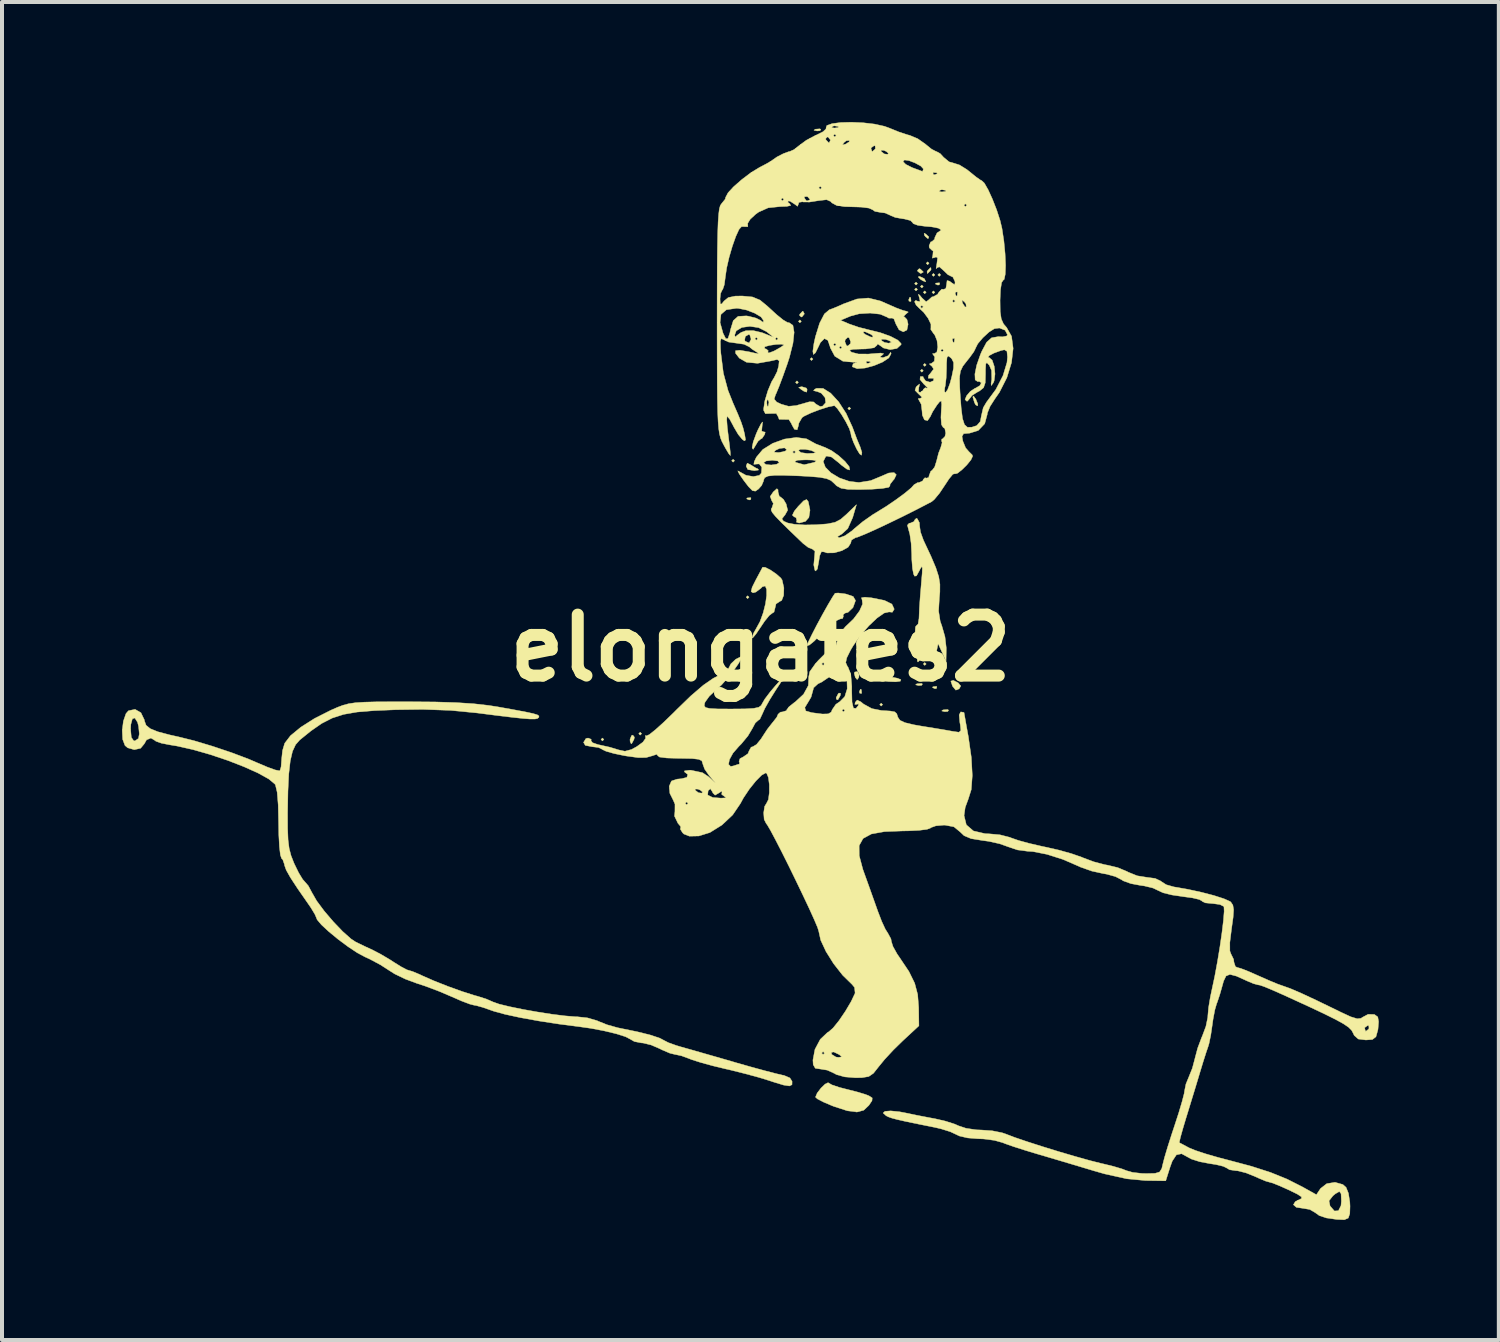
<source format=kicad_pcb>
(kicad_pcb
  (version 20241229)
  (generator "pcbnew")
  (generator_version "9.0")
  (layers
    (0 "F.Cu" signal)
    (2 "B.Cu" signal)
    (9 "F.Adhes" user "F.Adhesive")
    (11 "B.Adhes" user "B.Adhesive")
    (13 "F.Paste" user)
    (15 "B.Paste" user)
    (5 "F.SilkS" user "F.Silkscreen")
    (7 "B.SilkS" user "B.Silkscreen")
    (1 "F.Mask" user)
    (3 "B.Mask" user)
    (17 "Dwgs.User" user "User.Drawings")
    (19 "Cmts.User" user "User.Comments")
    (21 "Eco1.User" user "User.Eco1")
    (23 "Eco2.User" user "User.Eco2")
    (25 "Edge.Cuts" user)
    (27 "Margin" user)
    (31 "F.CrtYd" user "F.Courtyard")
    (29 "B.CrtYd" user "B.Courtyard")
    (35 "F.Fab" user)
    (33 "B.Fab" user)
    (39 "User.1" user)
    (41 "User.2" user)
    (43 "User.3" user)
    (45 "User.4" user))
  (footprint "elongates2"
    (layer "F.Cu")
    (at 15.962 13.146)
    (property "Reference" "elongates2" (at 0 0 0) (layer "F.SilkS") (effects (font (size 1.524 1.524) (thickness 0.3))))
    (attr through_hole)
    (fp_poly (pts (xy -3.919 2.286) (xy -3.955 2.322) (xy -3.991 2.286) (xy -3.955 2.25) (xy -3.919 2.286)) (stroke (width 0.01) (type solid)) (fill yes) (layer "F.SilkS"))
    (fp_poly (pts (xy -2.975 2.141) (xy -3.012 2.177) (xy -3.048 2.141) (xy -3.012 2.105) (xy -2.975 2.141)) (stroke (width 0.01) (type solid)) (fill yes) (layer "F.SilkS"))
    (fp_poly (pts (xy -0.653 -4.681) (xy -0.689 -4.645) (xy -0.726 -4.681) (xy -0.689 -4.717) (xy -0.653 -4.681)) (stroke (width 0.01) (type solid)) (fill yes) (layer "F.SilkS"))
    (fp_poly (pts (xy -0.29 -1.27) (xy -0.327 -1.234) (xy -0.363 -1.27) (xy -0.327 -1.306) (xy -0.29 -1.27)) (stroke (width 0.01) (type solid)) (fill yes) (layer "F.SilkS"))
    (fp_poly (pts (xy 0.943 -6.64) (xy 0.907 -6.604) (xy 0.871 -6.64) (xy 0.907 -6.677) (xy 0.943 -6.64)) (stroke (width 0.01) (type solid)) (fill yes) (layer "F.SilkS"))
    (fp_poly (pts (xy 1.016 -8.164) (xy 0.98 -8.128) (xy 0.943 -8.164) (xy 0.98 -8.201) (xy 1.016 -8.164)) (stroke (width 0.01) (type solid)) (fill yes) (layer "F.SilkS"))
    (fp_poly (pts (xy 1.306 -7.221) (xy 1.27 -7.185) (xy 1.234 -7.221) (xy 1.27 -7.257) (xy 1.306 -7.221)) (stroke (width 0.01) (type solid)) (fill yes) (layer "F.SilkS"))
    (fp_poly (pts (xy 1.887 -0.399) (xy 1.851 -0.363) (xy 1.814 -0.399) (xy 1.851 -0.435) (xy 1.887 -0.399)) (stroke (width 0.01) (type solid)) (fill yes) (layer "F.SilkS"))
    (fp_poly (pts (xy 2.25 -5.987) (xy 2.213 -5.951) (xy 2.177 -5.987) (xy 2.213 -6.023) (xy 2.25 -5.987)) (stroke (width 0.01) (type solid)) (fill yes) (layer "F.SilkS"))
    (fp_poly (pts (xy 2.467 0.036) (xy 2.431 0.073) (xy 2.395 0.036) (xy 2.431 0) (xy 2.467 0.036)) (stroke (width 0.01) (type solid)) (fill yes) (layer "F.SilkS"))
    (fp_poly (pts (xy 2.685 -0.327) (xy 2.649 -0.29) (xy 2.613 -0.327) (xy 2.649 -0.363) (xy 2.685 -0.327)) (stroke (width 0.01) (type solid)) (fill yes) (layer "F.SilkS"))
    (fp_poly (pts (xy 3.048 1.415) (xy 3.012 1.451) (xy 2.975 1.415) (xy 3.012 1.379) (xy 3.048 1.415)) (stroke (width 0.01) (type solid)) (fill yes) (layer "F.SilkS"))
    (fp_poly (pts (xy 3.919 -9.108) (xy 3.883 -9.071) (xy 3.846 -9.108) (xy 3.883 -9.144) (xy 3.919 -9.108)) (stroke (width 0.01) (type solid)) (fill yes) (layer "F.SilkS"))
    (fp_poly (pts (xy 3.919 -8.963) (xy 3.883 -8.926) (xy 3.846 -8.963) (xy 3.883 -8.999) (xy 3.919 -8.963)) (stroke (width 0.01) (type solid)) (fill yes) (layer "F.SilkS"))
    (fp_poly (pts (xy 4.064 -9.035) (xy 4.028 -8.999) (xy 3.991 -9.035) (xy 4.028 -9.071) (xy 4.064 -9.035)) (stroke (width 0.01) (type solid)) (fill yes) (layer "F.SilkS"))
    (fp_poly (pts (xy 4.064 -6.931) (xy 4.028 -6.894) (xy 3.991 -6.931) (xy 4.028 -6.967) (xy 4.064 -6.931)) (stroke (width 0.01) (type solid)) (fill yes) (layer "F.SilkS"))
    (fp_poly (pts (xy 4.137 -8.89) (xy 4.1 -8.854) (xy 4.064 -8.89) (xy 4.1 -8.926) (xy 4.137 -8.89)) (stroke (width 0.01) (type solid)) (fill yes) (layer "F.SilkS"))
    (fp_poly (pts (xy 4.137 -7.076) (xy 4.1 -7.039) (xy 4.064 -7.076) (xy 4.1 -7.112) (xy 4.137 -7.076)) (stroke (width 0.01) (type solid)) (fill yes) (layer "F.SilkS"))
    (fp_poly (pts (xy 4.137 0.399) (xy 4.1 0.435) (xy 4.064 0.399) (xy 4.1 0.363) (xy 4.137 0.399)) (stroke (width 0.01) (type solid)) (fill yes) (layer "F.SilkS"))
    (fp_poly (pts (xy 4.209 -9.616) (xy 4.173 -9.579) (xy 4.137 -9.616) (xy 4.173 -9.652) (xy 4.209 -9.616)) (stroke (width 0.01) (type solid)) (fill yes) (layer "F.SilkS"))
    (fp_poly (pts (xy 4.354 -9.325) (xy 4.318 -9.289) (xy 4.282 -9.325) (xy 4.318 -9.362) (xy 4.354 -9.325)) (stroke (width 0.01) (type solid)) (fill yes) (layer "F.SilkS"))
    (fp_poly (pts (xy 4.354 -8.89) (xy 4.318 -8.854) (xy 4.282 -8.89) (xy 4.318 -8.926) (xy 4.354 -8.89)) (stroke (width 0.01) (type solid)) (fill yes) (layer "F.SilkS"))
    (fp_poly (pts (xy 4.499 -9.325) (xy 4.463 -9.289) (xy 4.427 -9.325) (xy 4.463 -9.362) (xy 4.499 -9.325)) (stroke (width 0.01) (type solid)) (fill yes) (layer "F.SilkS"))
    (fp_poly (pts (xy -0.242 -3.75) (xy -0.252 -3.706) (xy -0.29 -3.701) (xy -0.35 -3.728) (xy -0.339 -3.75) (xy -0.253 -3.758) (xy -0.242 -3.75)) (stroke (width 0.01) (type solid)) (fill yes) (layer "F.SilkS"))
    (fp_poly (pts (xy 1.504 -12.962) (xy 1.483 -12.929) (xy 1.409 -12.923) (xy 1.332 -12.941) (xy 1.365 -12.967) (xy 1.479 -12.976) (xy 1.504 -12.962)) (stroke (width 0.01) (type solid)) (fill yes) (layer "F.SilkS"))
    (fp_poly (pts (xy 2.516 1.04) (xy 2.524 1.126) (xy 2.516 1.137) (xy 2.473 1.127) (xy 2.467 1.089) (xy 2.494 1.029) (xy 2.516 1.04)) (stroke (width 0.01) (type solid)) (fill yes) (layer "F.SilkS"))
    (fp_poly (pts (xy 3.75 -8.757) (xy 3.758 -8.671) (xy 3.75 -8.66) (xy 3.706 -8.67) (xy 3.701 -8.709) (xy 3.728 -8.768) (xy 3.75 -8.757)) (stroke (width 0.01) (type solid)) (fill yes) (layer "F.SilkS"))
    (fp_poly (pts (xy 4.044 0.9) (xy 4.023 0.933) (xy 3.949 0.938) (xy 3.872 0.92) (xy 3.905 0.894) (xy 4.019 0.885) (xy 4.044 0.9)) (stroke (width 0.01) (type solid)) (fill yes) (layer "F.SilkS"))
    (fp_poly (pts (xy 4.403 0.968) (xy 4.393 1.011) (xy 4.354 1.016) (xy 4.295 0.989) (xy 4.306 0.968) (xy 4.392 0.959) (xy 4.403 0.968)) (stroke (width 0.01) (type solid)) (fill yes) (layer "F.SilkS"))
    (fp_poly (pts (xy 4.475 -9.12) (xy 4.465 -9.077) (xy 4.427 -9.071) (xy 4.367 -9.098) (xy 4.378 -9.12) (xy 4.465 -9.128) (xy 4.475 -9.12)) (stroke (width 0.01) (type solid)) (fill yes) (layer "F.SilkS"))
    (fp_poly (pts (xy 4.697 1.553) (xy 4.676 1.586) (xy 4.602 1.591) (xy 4.525 1.573) (xy 4.558 1.547) (xy 4.672 1.538) (xy 4.697 1.553)) (stroke (width 0.01) (type solid)) (fill yes) (layer "F.SilkS"))
    (fp_poly (pts (xy 2 1.137) (xy 1.987 1.194) (xy 1.929 1.296) (xy 1.891 1.279) (xy 1.887 1.238) (xy 1.94 1.14) (xy 1.959 1.125) (xy 2 1.137)) (stroke (width 0.01) (type solid)) (fill yes) (layer "F.SilkS"))
    (fp_poly (pts (xy 2.461 0.668) (xy 2.452 0.736) (xy 2.412 0.79) (xy 2.365 0.735) (xy 2.338 0.629) (xy 2.351 0.6) (xy 2.423 0.588) (xy 2.461 0.668)) (stroke (width 0.01) (type solid)) (fill yes) (layer "F.SilkS"))
    (fp_poly (pts (xy 4.085 -9.236) (xy 4.1 -9.217) (xy 4.126 -9.151) (xy 4.057 -9.176) (xy 3.991 -9.217) (xy 3.936 -9.275) (xy 3.969 -9.288) (xy 4.085 -9.236)) (stroke (width 0.01) (type solid)) (fill yes) (layer "F.SilkS"))
    (fp_poly (pts (xy 4.125 -10.348) (xy 4.203 -10.275) (xy 4.187 -10.233) (xy 4.177 -10.233) (xy 4.116 -10.284) (xy 4.093 -10.316) (xy 4.085 -10.366) (xy 4.125 -10.348)) (stroke (width 0.01) (type solid)) (fill yes) (layer "F.SilkS"))
    (fp_poly (pts (xy 5.379 -6.218) (xy 5.427 -6.097) (xy 5.422 -6.051) (xy 5.373 -6.077) (xy 5.343 -6.135) (xy 5.302 -6.273) (xy 5.319 -6.3) (xy 5.379 -6.218)) (stroke (width 0.01) (type solid)) (fill yes) (layer "F.SilkS"))
    (fp_poly (pts (xy -3.155 2.23) (xy -3.167 2.286) (xy -3.218 2.381) (xy -3.237 2.395) (xy -3.263 2.336) (xy -3.266 2.286) (xy -3.228 2.189) (xy -3.195 2.177) (xy -3.155 2.23)) (stroke (width 0.01) (type solid)) (fill yes) (layer "F.SilkS"))
    (fp_poly (pts (xy 1.088 -8.362) (xy 1.089 -8.346) (xy 1.033 -8.276) (xy 1.012 -8.273) (xy 0.968 -8.318) (xy 0.98 -8.346) (xy 1.045 -8.415) (xy 1.057 -8.418) (xy 1.088 -8.362)) (stroke (width 0.01) (type solid)) (fill yes) (layer "F.SilkS"))
    (fp_poly (pts (xy 1.142 -6.497) (xy 1.161 -6.459) (xy 1.15 -6.395) (xy 1.087 -6.414) (xy 1.016 -6.459) (xy 0.949 -6.515) (xy 1.018 -6.53) (xy 1.034 -6.53) (xy 1.142 -6.497)) (stroke (width 0.01) (type solid)) (fill yes) (layer "F.SilkS"))
    (fp_poly (pts (xy 3.991 -9.471) (xy 4.061 -9.405) (xy 4.064 -9.394) (xy 4.008 -9.363) (xy 3.991 -9.362) (xy 3.922 -9.418) (xy 3.919 -9.439) (xy 3.963 -9.482) (xy 3.991 -9.471)) (stroke (width 0.01) (type solid)) (fill yes) (layer "F.SilkS"))
    (fp_poly (pts (xy 4.259 -9.46) (xy 4.245 -9.434) (xy 4.177 -9.365) (xy 4.164 -9.362) (xy 4.159 -9.409) (xy 4.173 -9.434) (xy 4.241 -9.504) (xy 4.254 -9.507) (xy 4.259 -9.46)) (stroke (width 0.01) (type solid)) (fill yes) (layer "F.SilkS"))
    (fp_poly (pts (xy 4.934 0.869) (xy 5.001 0.949) (xy 4.959 1.021) (xy 4.877 1.053) (xy 4.797 0.957) (xy 4.794 0.951) (xy 4.753 0.828) (xy 4.813 0.808) (xy 4.934 0.869)) (stroke (width 0.01) (type solid)) (fill yes) (layer "F.SilkS"))
    (fp_poly (pts (xy -0.272 -4.591) (xy -0.119 -4.498) (xy -0.073 -4.479) (xy -0.051 -4.449) (xy -0.156 -4.433) (xy -0.163 -4.433) (xy -0.321 -4.46) (xy -0.363 -4.545) (xy -0.336 -4.62) (xy -0.272 -4.591)) (stroke (width 0.01) (type solid)) (fill yes) (layer "F.SilkS"))
    (fp_poly (pts (xy 1.189 -3.66) (xy 1.233 -3.446) (xy 1.205 -3.263) (xy 1.119 -3.165) (xy 0.96 -3.123) (xy 0.892 -3.147) (xy 0.904 -3.188) (xy 0.885 -3.258) (xy 0.838 -3.278) (xy 0.792 -3.32) (xy 0.841 -3.421) (xy 0.938 -3.539) (xy 1.072 -3.678) (xy 1.148 -3.712) (xy 1.189 -3.66)) (stroke (width 0.01) (type solid)) (fill yes) (layer "F.SilkS"))
    (fp_poly (pts (xy 2.948 0.685) (xy 2.972 0.687) (xy 3.224 0.717) (xy 3.417 0.755) (xy 3.504 0.79) (xy 3.491 0.829) (xy 3.376 0.845) (xy 3.196 0.839) (xy 2.992 0.815) (xy 2.804 0.774) (xy 2.711 0.741) (xy 2.614 0.692) (xy 2.61 0.668) (xy 2.716 0.667) (xy 2.948 0.685)) (stroke (width 0.01) (type solid)) (fill yes) (layer "F.SilkS"))
    (fp_poly (pts (xy 0.038 -5.564) (xy 0.025 -5.422) (xy 0.069 -5.404) (xy 0.113 -5.396) (xy 0.1 -5.338) (xy 0.035 -5.24) (xy 0.003 -5.225) (xy -0.065 -5.168) (xy -0.129 -5.062) (xy -0.188 -4.965) (xy -0.212 -5.001) (xy -0.213 -5.018) (xy -0.186 -5.152) (xy -0.112 -5.353) (xy -0.068 -5.453) (xy 0.016 -5.617) (xy 0.049 -5.649) (xy 0.038 -5.564)) (stroke (width 0.01) (type solid)) (fill yes) (layer "F.SilkS"))
    (fp_poly (pts (xy 1.696 10.871) (xy 1.783 10.92) (xy 1.968 10.982) (xy 2.156 11.03) (xy 2.407 11.094) (xy 2.614 11.156) (xy 2.704 11.191) (xy 2.788 11.245) (xy 2.782 11.315) (xy 2.704 11.431) (xy 2.575 11.553) (xy 2.405 11.598) (xy 2.165 11.566) (xy 1.832 11.458) (xy 1.79 11.442) (xy 1.571 11.349) (xy 1.419 11.27) (xy 1.37 11.225) (xy 1.412 11.124) (xy 1.506 11.001) (xy 1.61 10.9) (xy 1.686 10.863) (xy 1.696 10.871)) (stroke (width 0.01) (type solid)) (fill yes) (layer "F.SilkS"))
    (fp_poly (pts (xy 2.099 -1.355) (xy 2.129 -1.35) (xy 2.312 -1.288) (xy 2.369 -1.19) (xy 2.368 -1.178) (xy 2.307 -1.01) (xy 2.184 -0.892) (xy 2.105 -0.871) (xy 2.057 -0.827) (xy 2.068 -0.798) (xy 2.049 -0.738) (xy 1.984 -0.726) (xy 1.874 -0.675) (xy 1.706 -0.541) (xy 1.516 -0.354) (xy 1.508 -0.346) (xy 1.341 -0.175) (xy 1.217 -0.074) (xy 1.162 -0.061) (xy 1.161 -0.067) (xy 1.194 -0.158) (xy 1.282 -0.339) (xy 1.404 -0.576) (xy 1.544 -0.835) (xy 1.681 -1.079) (xy 1.797 -1.275) (xy 1.86 -1.369) (xy 1.937 -1.375) (xy 2.099 -1.355)) (stroke (width 0.01) (type solid)) (fill yes) (layer "F.SilkS"))
    (fp_poly (pts (xy 0.114 -2.016) (xy 0.243 -1.95) (xy 0.388 -1.851) (xy 0.502 -1.751) (xy 0.535 -1.702) (xy 0.58 -1.505) (xy 0.575 -1.317) (xy 0.525 -1.189) (xy 0.472 -1.161) (xy 0.383 -1.101) (xy 0.363 -1.016) (xy 0.333 -0.898) (xy 0.29 -0.871) (xy 0.215 -0.814) (xy 0.097 -0.668) (xy 0.002 -0.526) (xy -0.115 -0.353) (xy -0.194 -0.258) (xy -0.216 -0.256) (xy -0.179 -0.369) (xy -0.119 -0.474) (xy -0.017 -0.66) (xy 0.063 -0.879) (xy 0.12 -1.105) (xy 0.149 -1.31) (xy 0.148 -1.468) (xy 0.113 -1.55) (xy 0.041 -1.531) (xy 0.004 -1.492) (xy -0.121 -1.398) (xy -0.192 -1.379) (xy -0.239 -1.41) (xy -0.213 -1.518) (xy -0.129 -1.687) (xy -0.03 -1.872) (xy 0.035 -1.994) (xy 0.048 -2.019) (xy 0.114 -2.016)) (stroke (width 0.01) (type solid)) (fill yes) (layer "F.SilkS"))
    (fp_poly (pts (xy 3.914 -3.232) (xy 3.967 -3.133) (xy 3.972 -3.053) (xy 3.995 -2.897) (xy 4.067 -2.698) (xy 4.078 -2.674) (xy 4.257 -2.292) (xy 4.378 -2.006) (xy 4.45 -1.784) (xy 4.48 -1.593) (xy 4.479 -1.4) (xy 4.466 -1.254) (xy 4.447 -0.925) (xy 4.487 -0.669) (xy 4.53 -0.547) (xy 4.606 -0.282) (xy 4.639 -0.001) (xy 4.639 0.027) (xy 4.633 0.327) (xy 4.435 -0.109) (xy 4.383 0.142) (xy 4.344 0.295) (xy 4.31 0.319) (xy 4.275 0.251) (xy 4.23 0.176) (xy 4.214 0.204) (xy 4.165 0.261) (xy 4.128 0.249) (xy 4.027 0.256) (xy 3.984 0.299) (xy 3.929 0.35) (xy 3.917 0.327) (xy 3.908 0.219) (xy 3.89 0.017) (xy 3.872 -0.172) (xy 3.86 -0.391) (xy 3.869 -0.53) (xy 3.893 -0.56) (xy 3.934 -0.598) (xy 3.957 -0.739) (xy 3.959 -0.787) (xy 3.967 -0.994) (xy 3.987 -1.283) (xy 4.013 -1.593) (xy 4.013 -1.597) (xy 4.036 -1.865) (xy 4.041 -2.005) (xy 4.025 -2.036) (xy 3.986 -1.974) (xy 3.966 -1.933) (xy 3.894 -1.803) (xy 3.847 -1.796) (xy 3.821 -1.848) (xy 3.794 -1.989) (xy 3.777 -2.213) (xy 3.774 -2.36) (xy 3.76 -2.621) (xy 3.727 -2.85) (xy 3.703 -2.934) (xy 3.667 -3.071) (xy 3.711 -3.119) (xy 3.739 -3.121) (xy 3.835 -3.163) (xy 3.846 -3.197) (xy 3.89 -3.242) (xy 3.914 -3.232)) (stroke (width 0.01) (type solid)) (fill yes) (layer "F.SilkS"))
    (fp_poly (pts (xy 1.145 -5.228) (xy 1.254 -5.169) (xy 1.379 -5.101) (xy 1.572 -5.026) (xy 1.605 -5.015) (xy 1.772 -4.933) (xy 1.951 -4.806) (xy 2.108 -4.663) (xy 2.211 -4.535) (xy 2.226 -4.452) (xy 2.224 -4.449) (xy 2.154 -4.471) (xy 2.02 -4.57) (xy 1.949 -4.633) (xy 1.769 -4.774) (xy 1.651 -4.798) (xy 1.625 -4.783) (xy 1.563 -4.661) (xy 1.616 -4.519) (xy 1.759 -4.376) (xy 1.967 -4.251) (xy 2.215 -4.165) (xy 2.455 -4.137) (xy 2.748 -4.183) (xy 3.012 -4.292) (xy 3.201 -4.374) (xy 3.335 -4.384) (xy 3.39 -4.331) (xy 3.338 -4.222) (xy 3.31 -4.191) (xy 3.234 -4.092) (xy 3.23 -4.052) (xy 3.198 -4.016) (xy 3.039 -3.988) (xy 2.768 -3.968) (xy 2.457 -3.96) (xy 2.183 -3.965) (xy 2.01 -3.993) (xy 1.896 -4.055) (xy 1.841 -4.111) (xy 1.759 -4.185) (xy 1.647 -4.234) (xy 1.471 -4.267) (xy 1.202 -4.289) (xy 0.98 -4.301) (xy 0.599 -4.315) (xy 0.34 -4.315) (xy 0.181 -4.297) (xy 0.1 -4.258) (xy 0.073 -4.195) (xy 0.073 -4.178) (xy 0.023 -4.061) (xy -0.054 -3.974) (xy -0.133 -3.92) (xy -0.207 -3.934) (xy -0.305 -4.035) (xy -0.43 -4.198) (xy -0.537 -4.354) (xy -0.572 -4.428) (xy -0.533 -4.409) (xy -0.367 -4.317) (xy -0.183 -4.285) (xy -0.034 -4.315) (xy 0.018 -4.372) (xy 0.029 -4.519) (xy -0.037 -4.601) (xy -0.111 -4.597) (xy -0.172 -4.59) (xy -0.164 -4.632) (xy 0.073 -4.632) (xy 0.132 -4.587) (xy 0.264 -4.574) (xy 0.399 -4.593) (xy 0.464 -4.632) (xy 0.437 -4.665) (xy 0.853 -4.665) (xy 0.876 -4.64) (xy 1.087 -4.581) (xy 1.343 -4.641) (xy 1.39 -4.677) (xy 1.308 -4.697) (xy 1.13 -4.703) (xy 0.92 -4.694) (xy 0.853 -4.665) (xy 0.437 -4.665) (xy 0.429 -4.675) (xy 0.294 -4.693) (xy 0.287 -4.693) (xy 0.136 -4.675) (xy 0.073 -4.632) (xy -0.164 -4.632) (xy -0.16 -4.659) (xy -0.108 -4.769) (xy -0.002 -4.896) (xy 0.333 -4.896) (xy 0.43 -4.886) (xy 0.461 -4.887) (xy 0.522 -4.899) (xy 0.798 -4.899) (xy 0.835 -4.862) (xy 0.871 -4.899) (xy 0.835 -4.935) (xy 0.798 -4.899) (xy 0.522 -4.899) (xy 0.602 -4.913) (xy 0.632 -4.936) (xy 0.943 -4.936) (xy 1.007 -4.885) (xy 1.16 -4.862) (xy 1.173 -4.862) (xy 1.321 -4.869) (xy 1.374 -4.886) (xy 1.373 -4.888) (xy 1.264 -4.938) (xy 1.114 -4.966) (xy 0.987 -4.965) (xy 0.943 -4.936) (xy 0.632 -4.936) (xy 0.653 -4.953) (xy 0.598 -5.002) (xy 0.472 -4.988) (xy 0.37 -4.941) (xy 0.333 -4.896) (xy -0.002 -4.896) (xy 0.054 -4.962) (xy 0.303 -5.117) (xy 0.596 -5.222) (xy 0.891 -5.263) (xy 1.145 -5.228)) (stroke (width 0.01) (type solid)) (fill yes) (layer "F.SilkS"))
    (fp_poly (pts (xy 2.994 -8.673) (xy 3.162 -8.6) (xy 3.387 -8.501) (xy 3.566 -8.435) (xy 3.642 -8.417) (xy 3.69 -8.397) (xy 3.629 -8.346) (xy 3.571 -8.288) (xy 3.595 -8.274) (xy 3.656 -8.211) (xy 3.685 -8.092) (xy 3.655 -7.948) (xy 3.564 -7.902) (xy 3.458 -7.953) (xy 3.379 -8.099) (xy 3.379 -8.1) (xy 3.331 -8.224) (xy 3.287 -8.246) (xy 3.202 -8.244) (xy 3.16 -8.27) (xy 2.988 -8.343) (xy 2.736 -8.371) (xy 2.464 -8.354) (xy 2.25 -8.297) (xy 1.996 -8.191) (xy 2.213 -8.099) (xy 2.446 -8.018) (xy 2.685 -7.957) (xy 2.986 -7.883) (xy 3.243 -7.791) (xy 3.428 -7.695) (xy 3.51 -7.609) (xy 3.51 -7.583) (xy 3.406 -7.487) (xy 3.236 -7.457) (xy 3.068 -7.499) (xy 3.016 -7.538) (xy 2.925 -7.601) (xy 2.903 -7.563) (xy 2.833 -7.504) (xy 2.627 -7.475) (xy 2.522 -7.473) (xy 2.31 -7.466) (xy 2.225 -7.447) (xy 2.25 -7.409) (xy 2.277 -7.391) (xy 2.442 -7.349) (xy 2.692 -7.347) (xy 2.785 -7.355) (xy 2.999 -7.372) (xy 3.073 -7.356) (xy 3.048 -7.329) (xy 2.98 -7.273) (xy 3.044 -7.258) (xy 3.06 -7.258) (xy 3.185 -7.304) (xy 3.218 -7.348) (xy 3.252 -7.392) (xy 3.26 -7.355) (xy 3.202 -7.25) (xy 3.045 -7.146) (xy 2.831 -7.057) (xy 2.606 -6.997) (xy 2.412 -6.982) (xy 2.295 -7.026) (xy 2.289 -7.034) (xy 2.311 -7.104) (xy 2.376 -7.133) (xy 2.412 -7.149) (xy 2.319 -7.143) (xy 2.318 -7.143) (xy 2.138 -7.16) (xy 2.637 -7.16) (xy 2.647 -7.117) (xy 2.685 -7.112) (xy 2.745 -7.139) (xy 2.734 -7.16) (xy 2.647 -7.169) (xy 2.637 -7.16) (xy 2.138 -7.16) (xy 2.055 -7.168) (xy 1.852 -7.294) (xy 1.744 -7.497) (xy 1.742 -7.507) (xy 1.741 -7.511) (xy 1.959 -7.511) (xy 1.996 -7.475) (xy 2.032 -7.511) (xy 1.996 -7.547) (xy 1.959 -7.511) (xy 1.741 -7.511) (xy 1.716 -7.584) (xy 1.814 -7.584) (xy 1.851 -7.547) (xy 1.887 -7.584) (xy 1.851 -7.62) (xy 1.814 -7.584) (xy 1.716 -7.584) (xy 1.692 -7.656) (xy 2.105 -7.656) (xy 2.144 -7.56) (xy 2.177 -7.547) (xy 2.242 -7.606) (xy 2.25 -7.656) (xy 2.238 -7.686) (xy 3.016 -7.686) (xy 3.095 -7.636) (xy 3.205 -7.618) (xy 3.265 -7.644) (xy 3.266 -7.648) (xy 3.206 -7.686) (xy 3.12 -7.714) (xy 3.022 -7.718) (xy 3.016 -7.686) (xy 2.238 -7.686) (xy 2.211 -7.753) (xy 2.177 -7.765) (xy 2.113 -7.706) (xy 2.105 -7.656) (xy 1.692 -7.656) (xy 1.68 -7.69) (xy 1.593 -7.734) (xy 1.494 -7.636) (xy 1.453 -7.55) (xy 1.368 -7.377) (xy 1.317 -7.336) (xy 1.304 -7.418) (xy 1.332 -7.615) (xy 1.369 -7.783) (xy 1.399 -7.878) (xy 2.563 -7.878) (xy 2.613 -7.838) (xy 2.745 -7.776) (xy 2.794 -7.767) (xy 2.807 -7.797) (xy 2.758 -7.838) (xy 2.625 -7.899) (xy 2.576 -7.908) (xy 2.563 -7.878) (xy 1.399 -7.878) (xy 1.473 -8.119) (xy 1.593 -8.35) (xy 1.72 -8.457) (xy 1.737 -8.461) (xy 1.822 -8.493) (xy 1.99 -8.564) (xy 2.068 -8.6) (xy 2.405 -8.723) (xy 2.694 -8.747) (xy 2.994 -8.673)) (stroke (width 0.01) (type solid)) (fill yes) (layer "F.SilkS"))
    (fp_poly (pts (xy -8.14 1.348) (xy -7.616 1.364) (xy -7.179 1.392) (xy -6.8 1.435) (xy -6.568 1.471) (xy -6.157 1.545) (xy -5.87 1.599) (xy -5.685 1.639) (xy -5.582 1.67) (xy -5.542 1.698) (xy -5.543 1.728) (xy -5.549 1.737) (xy -5.579 1.762) (xy -5.643 1.775) (xy -5.761 1.775) (xy -5.951 1.76) (xy -6.231 1.73) (xy -6.619 1.683) (xy -7.09 1.623) (xy -7.746 1.559) (xy -8.448 1.534) (xy -9.122 1.543) (xy -9.661 1.565) (xy -10.085 1.6) (xy -10.424 1.659) (xy -10.709 1.751) (xy -10.971 1.885) (xy -11.239 2.071) (xy -11.521 2.299) (xy -11.624 2.416) (xy -11.702 2.584) (xy -11.757 2.821) (xy -11.794 3.146) (xy -11.815 3.58) (xy -11.824 4.116) (xy -11.823 4.509) (xy -11.812 4.793) (xy -11.785 5.007) (xy -11.739 5.186) (xy -11.667 5.37) (xy -11.656 5.395) (xy -11.548 5.616) (xy -11.448 5.781) (xy -11.395 5.841) (xy -11.307 5.942) (xy -11.216 6.112) (xy -11.213 6.118) (xy -11.097 6.32) (xy -10.91 6.572) (xy -10.682 6.839) (xy -10.448 7.084) (xy -10.239 7.27) (xy -10.124 7.346) (xy -9.891 7.459) (xy -9.688 7.553) (xy -9.493 7.655) (xy -9.257 7.795) (xy -9.167 7.854) (xy -8.98 7.97) (xy -8.84 8.043) (xy -8.8 8.055) (xy -8.7 8.085) (xy -8.525 8.158) (xy -8.45 8.194) (xy -8.165 8.319) (xy -7.816 8.457) (xy -7.46 8.585) (xy -7.156 8.682) (xy -7.074 8.704) (xy -6.855 8.774) (xy -6.689 8.847) (xy -6.538 8.9) (xy -6.279 8.963) (xy -5.949 9.031) (xy -5.584 9.096) (xy -5.219 9.153) (xy -4.891 9.194) (xy -4.637 9.215) (xy -4.587 9.216) (xy -4.33 9.244) (xy -4.092 9.313) (xy -4.053 9.331) (xy -3.84 9.416) (xy -3.576 9.49) (xy -3.495 9.507) (xy -3.089 9.59) (xy -2.756 9.673) (xy -2.522 9.751) (xy -2.424 9.803) (xy -2.308 9.863) (xy -2.107 9.935) (xy -1.986 9.971) (xy -1.786 10.027) (xy -1.483 10.114) (xy -1.116 10.219) (xy -0.72 10.333) (xy -0.617 10.364) (xy -0.24 10.471) (xy 0.1 10.564) (xy 0.373 10.635) (xy 0.547 10.676) (xy 0.58 10.681) (xy 0.73 10.745) (xy 0.785 10.831) (xy 0.783 10.915) (xy 0.72 10.946) (xy 0.574 10.924) (xy 0.323 10.848) (xy 0.218 10.813) (xy -0.038 10.734) (xy -0.377 10.642) (xy -0.74 10.551) (xy -0.871 10.521) (xy -1.198 10.442) (xy -1.497 10.36) (xy -1.721 10.289) (xy -1.789 10.262) (xy -1.98 10.192) (xy -2.129 10.16) (xy -2.134 10.16) (xy -2.269 10.127) (xy -2.462 10.045) (xy -2.521 10.015) (xy -2.739 9.921) (xy -2.941 9.872) (xy -2.978 9.87) (xy -3.156 9.836) (xy -3.255 9.779) (xy -3.377 9.715) (xy -3.608 9.642) (xy -3.91 9.569) (xy -4.247 9.505) (xy -4.536 9.464) (xy -5.047 9.398) (xy -5.547 9.321) (xy -6.005 9.238) (xy -6.389 9.155) (xy -6.667 9.079) (xy -6.713 9.063) (xy -6.935 8.985) (xy -7.109 8.936) (xy -7.169 8.926) (xy -7.279 8.897) (xy -7.477 8.822) (xy -7.714 8.718) (xy -8.033 8.582) (xy -8.383 8.45) (xy -8.6 8.379) (xy -8.882 8.274) (xy -9.147 8.146) (xy -9.283 8.06) (xy -9.503 7.918) (xy -9.773 7.774) (xy -9.889 7.721) (xy -10.08 7.619) (xy -10.314 7.464) (xy -10.561 7.28) (xy -10.792 7.09) (xy -10.977 6.919) (xy -11.086 6.79) (xy -11.103 6.746) (xy -11.142 6.655) (xy -11.242 6.49) (xy -11.324 6.371) (xy -11.579 6.004) (xy -11.754 5.736) (xy -11.858 5.551) (xy -11.9 5.434) (xy -11.902 5.412) (xy -11.945 5.288) (xy -11.974 5.261) (xy -12.004 5.173) (xy -12.028 4.967) (xy -12.044 4.67) (xy -12.049 4.368) (xy -12.059 3.92) (xy -12.085 3.604) (xy -12.127 3.426) (xy -12.141 3.402) (xy -12.293 3.275) (xy -12.559 3.127) (xy -12.91 2.969) (xy -13.316 2.811) (xy -13.75 2.665) (xy -14.183 2.541) (xy -14.586 2.45) (xy -14.775 2.419) (xy -14.978 2.379) (xy -15.114 2.331) (xy -15.137 2.312) (xy -15.239 2.25) (xy -15.35 2.296) (xy -15.406 2.395) (xy -15.498 2.506) (xy -15.656 2.541) (xy -15.821 2.494) (xy -15.888 2.437) (xy -15.946 2.283) (xy -15.957 2.061) (xy -15.954 2.032) (xy -15.748 2.032) (xy -15.73 2.234) (xy -15.67 2.317) (xy -15.639 2.322) (xy -15.551 2.26) (xy -15.53 2.147) (xy -15.548 1.959) (xy -15.574 1.857) (xy -15.643 1.748) (xy -15.704 1.771) (xy -15.742 1.91) (xy -15.748 2.032) (xy -15.954 2.032) (xy -15.928 1.827) (xy -15.863 1.639) (xy -15.802 1.568) (xy -15.636 1.533) (xy -15.49 1.617) (xy -15.405 1.794) (xy -15.4 1.825) (xy -15.361 1.93) (xy -15.258 2.015) (xy -15.067 2.093) (xy -14.768 2.172) (xy -14.551 2.22) (xy -14.161 2.317) (xy -13.698 2.456) (xy -13.222 2.616) (xy -12.791 2.779) (xy -12.58 2.87) (xy -12.33 2.976) (xy -12.134 3.047) (xy -12.026 3.069) (xy -12.016 3.066) (xy -11.987 2.971) (xy -11.974 2.798) (xy -11.974 2.785) (xy -11.95 2.561) (xy -11.896 2.38) (xy -11.752 2.192) (xy -11.495 1.98) (xy -11.154 1.763) (xy -10.753 1.56) (xy -10.741 1.554) (xy -10.579 1.483) (xy -10.439 1.43) (xy -10.296 1.392) (xy -10.126 1.367) (xy -9.905 1.353) (xy -9.607 1.345) (xy -9.21 1.343) (xy -8.781 1.343) (xy -8.14 1.348)) (stroke (width 0.01) (type solid)) (fill yes) (layer "F.SilkS"))
    (fp_poly (pts (xy 2.772 -1.254) (xy 3.093 -1.19) (xy 3.28 -1.097) (xy 3.338 -0.972) (xy 3.291 -0.894) (xy 3.209 -0.902) (xy 3.086 -0.874) (xy 2.909 -0.75) (xy 2.704 -0.556) (xy 2.498 -0.319) (xy 2.316 -0.063) (xy 2.248 0.051) (xy 2.151 0.246) (xy 2.126 0.365) (xy 2.166 0.457) (xy 2.184 0.48) (xy 2.252 0.654) (xy 2.277 0.959) (xy 2.276 1.063) (xy 2.283 1.352) (xy 2.318 1.502) (xy 2.382 1.51) (xy 2.438 1.44) (xy 2.447 1.39) (xy 2.407 1.408) (xy 2.353 1.41) (xy 2.364 1.356) (xy 2.412 1.301) (xy 2.504 1.345) (xy 2.57 1.4) (xy 2.778 1.514) (xy 3.019 1.562) (xy 3.237 1.575) (xy 3.351 1.596) (xy 3.401 1.642) (xy 3.429 1.73) (xy 3.48 1.806) (xy 3.604 1.865) (xy 3.83 1.919) (xy 4.036 1.955) (xy 4.339 2.004) (xy 4.611 2.049) (xy 4.8 2.083) (xy 4.818 2.086) (xy 4.954 2.105) (xy 5.003 2.064) (xy 4.99 1.927) (xy 4.978 1.862) (xy 4.961 1.672) (xy 4.999 1.597) (xy 5.004 1.597) (xy 5.08 1.61) (xy 5.083 1.615) (xy 5.096 1.689) (xy 5.128 1.872) (xy 5.174 2.127) (xy 5.19 2.213) (xy 5.265 2.736) (xy 5.289 3.185) (xy 5.263 3.539) (xy 5.189 3.774) (xy 5.112 3.983) (xy 5.083 4.187) (xy 5.14 4.419) (xy 5.317 4.572) (xy 5.608 4.64) (xy 5.72 4.645) (xy 5.981 4.669) (xy 6.224 4.731) (xy 6.266 4.748) (xy 6.445 4.81) (xy 6.715 4.884) (xy 7.027 4.956) (xy 7.112 4.974) (xy 7.445 5.049) (xy 7.767 5.139) (xy 8.018 5.226) (xy 8.055 5.242) (xy 8.322 5.342) (xy 8.594 5.414) (xy 8.672 5.428) (xy 8.925 5.489) (xy 9.159 5.587) (xy 9.18 5.6) (xy 9.41 5.693) (xy 9.659 5.733) (xy 9.661 5.733) (xy 9.86 5.759) (xy 9.998 5.824) (xy 10.009 5.834) (xy 10.136 5.916) (xy 10.326 5.97) (xy 10.667 6.029) (xy 11.013 6.104) (xy 11.329 6.186) (xy 11.58 6.267) (xy 11.733 6.335) (xy 11.752 6.351) (xy 11.802 6.426) (xy 11.821 6.542) (xy 11.808 6.733) (xy 11.769 7.014) (xy 11.726 7.36) (xy 11.727 7.573) (xy 11.755 7.648) (xy 11.82 7.78) (xy 11.829 7.852) (xy 11.865 7.962) (xy 11.908 7.983) (xy 12.01 8.012) (xy 12.201 8.087) (xy 12.435 8.19) (xy 12.694 8.305) (xy 12.924 8.4) (xy 13.063 8.449) (xy 13.24 8.512) (xy 13.512 8.629) (xy 13.889 8.805) (xy 14.383 9.044) (xy 14.494 9.099) (xy 14.749 9.217) (xy 14.91 9.266) (xy 15.006 9.255) (xy 15.035 9.233) (xy 15.182 9.155) (xy 15.34 9.159) (xy 15.424 9.221) (xy 15.444 9.34) (xy 15.429 9.527) (xy 15.425 9.548) (xy 15.378 9.717) (xy 15.29 9.785) (xy 15.126 9.797) (xy 14.936 9.773) (xy 14.834 9.682) (xy 14.809 9.628) (xy 14.769 9.554) (xy 14.722 9.507) (xy 15.095 9.507) (xy 15.12 9.578) (xy 15.127 9.579) (xy 15.189 9.529) (xy 15.204 9.507) (xy 15.198 9.44) (xy 15.172 9.434) (xy 15.098 9.487) (xy 15.095 9.507) (xy 14.722 9.507) (xy 14.694 9.479) (xy 14.566 9.392) (xy 14.368 9.283) (xy 14.082 9.141) (xy 13.689 8.956) (xy 13.462 8.852) (xy 13.067 8.671) (xy 12.784 8.546) (xy 12.595 8.467) (xy 12.48 8.427) (xy 12.428 8.418) (xy 12.319 8.389) (xy 12.153 8.319) (xy 12.149 8.317) (xy 11.89 8.2) (xy 11.728 8.158) (xy 11.631 8.198) (xy 11.57 8.325) (xy 11.54 8.433) (xy 11.475 8.662) (xy 11.412 8.851) (xy 11.396 8.89) (xy 11.351 9.045) (xy 11.307 9.278) (xy 11.287 9.419) (xy 11.25 9.672) (xy 11.206 9.886) (xy 11.183 9.963) (xy 11.132 10.112) (xy 11.057 10.349) (xy 10.973 10.625) (xy 10.971 10.632) (xy 10.873 10.958) (xy 10.755 11.344) (xy 10.642 11.713) (xy 10.631 11.747) (xy 10.55 12.019) (xy 10.491 12.23) (xy 10.464 12.349) (xy 10.465 12.364) (xy 10.537 12.401) (xy 10.684 12.48) (xy 10.704 12.491) (xy 10.866 12.558) (xy 11.127 12.644) (xy 11.449 12.737) (xy 11.684 12.798) (xy 12.268 12.954) (xy 12.746 13.108) (xy 13.153 13.273) (xy 13.527 13.462) (xy 13.539 13.468) (xy 13.89 13.664) (xy 13.993 13.509) (xy 14.148 13.388) (xy 14.355 13.354) (xy 14.551 13.409) (xy 14.631 13.48) (xy 14.69 13.627) (xy 14.725 13.85) (xy 14.73 13.952) (xy 14.724 14.139) (xy 14.687 14.247) (xy 14.588 14.29) (xy 14.399 14.282) (xy 14.139 14.245) (xy 13.96 14.185) (xy 13.858 14.111) (xy 13.724 14.033) (xy 13.566 14.006) (xy 13.388 13.979) (xy 13.315 13.914) (xy 13.362 13.836) (xy 13.401 13.817) (xy 14.205 13.817) (xy 14.231 13.946) (xy 14.34 14.071) (xy 14.44 14.064) (xy 14.504 13.937) (xy 14.514 13.825) (xy 14.506 13.639) (xy 14.464 13.583) (xy 14.363 13.641) (xy 14.302 13.692) (xy 14.205 13.817) (xy 13.401 13.817) (xy 13.438 13.798) (xy 13.518 13.759) (xy 13.515 13.716) (xy 13.413 13.649) (xy 13.2 13.545) (xy 12.975 13.444) (xy 12.801 13.374) (xy 12.725 13.353) (xy 12.622 13.324) (xy 12.443 13.249) (xy 12.354 13.208) (xy 12.129 13.118) (xy 11.925 13.067) (xy 11.873 13.063) (xy 11.72 13.04) (xy 11.653 12.999) (xy 11.564 12.955) (xy 11.378 12.91) (xy 11.221 12.886) (xy 10.973 12.839) (xy 10.769 12.774) (xy 10.694 12.734) (xy 10.521 12.64) (xy 10.391 12.667) (xy 10.287 12.824) (xy 10.233 12.973) (xy 10.124 13.317) (xy 9.616 13.31) (xy 9.15 13.266) (xy 8.599 13.144) (xy 8.346 13.072) (xy 7.94 12.95) (xy 7.497 12.818) (xy 7.089 12.697) (xy 6.931 12.651) (xy 6.613 12.555) (xy 6.322 12.462) (xy 6.105 12.386) (xy 6.049 12.363) (xy 5.84 12.305) (xy 5.568 12.27) (xy 5.43 12.265) (xy 5.173 12.245) (xy 4.964 12.196) (xy 4.894 12.162) (xy 4.74 12.09) (xy 4.507 12.017) (xy 4.351 11.981) (xy 3.929 11.896) (xy 3.625 11.833) (xy 3.417 11.786) (xy 3.281 11.75) (xy 3.193 11.719) (xy 3.135 11.69) (xy 3.06 11.622) (xy 3.106 11.58) (xy 3.25 11.569) (xy 3.47 11.591) (xy 3.593 11.614) (xy 3.89 11.676) (xy 4.222 11.74) (xy 4.354 11.764) (xy 4.618 11.825) (xy 4.852 11.9) (xy 4.946 11.942) (xy 5.133 12.004) (xy 5.388 12.042) (xy 5.516 12.047) (xy 5.786 12.066) (xy 6.036 12.116) (xy 6.121 12.145) (xy 6.337 12.228) (xy 6.655 12.336) (xy 7.04 12.46) (xy 7.455 12.588) (xy 7.864 12.708) (xy 8.228 12.81) (xy 8.512 12.882) (xy 8.55 12.89) (xy 8.812 12.954) (xy 9.031 13.019) (xy 9.144 13.063) (xy 9.295 13.106) (xy 9.523 13.132) (xy 9.641 13.135) (xy 9.857 13.13) (xy 9.971 13.096) (xy 10.025 13.01) (xy 10.051 12.9) (xy 10.094 12.732) (xy 10.173 12.468) (xy 10.274 12.151) (xy 10.347 11.931) (xy 10.45 11.614) (xy 10.532 11.338) (xy 10.584 11.137) (xy 10.596 11.06) (xy 10.629 10.897) (xy 10.702 10.719) (xy 10.789 10.503) (xy 10.854 10.258) (xy 10.856 10.248) (xy 10.922 10) (xy 11.021 9.736) (xy 11.04 9.693) (xy 11.128 9.457) (xy 11.175 9.229) (xy 11.177 9.185) (xy 11.194 8.991) (xy 11.238 8.726) (xy 11.28 8.527) (xy 11.349 8.204) (xy 11.416 7.841) (xy 11.478 7.468) (xy 11.529 7.114) (xy 11.566 6.809) (xy 11.584 6.584) (xy 11.579 6.467) (xy 11.577 6.461) (xy 11.479 6.411) (xy 11.303 6.387) (xy 11.281 6.386) (xy 11.114 6.37) (xy 11.033 6.331) (xy 11.031 6.324) (xy 10.965 6.286) (xy 10.791 6.245) (xy 10.547 6.212) (xy 10.543 6.211) (xy 10.277 6.172) (xy 10.059 6.118) (xy 9.944 6.065) (xy 9.808 6) (xy 9.592 5.947) (xy 9.486 5.932) (xy 9.252 5.888) (xy 9.064 5.82) (xy 9.014 5.788) (xy 8.868 5.713) (xy 8.647 5.652) (xy 8.558 5.637) (xy 8.275 5.575) (xy 7.995 5.476) (xy 7.941 5.451) (xy 7.553 5.283) (xy 7.157 5.157) (xy 6.806 5.088) (xy 6.675 5.08) (xy 6.421 5.047) (xy 6.182 4.967) (xy 6.18 4.966) (xy 5.976 4.893) (xy 5.702 4.832) (xy 5.535 4.809) (xy 5.259 4.764) (xy 5.083 4.69) (xy 4.985 4.596) (xy 4.83 4.469) (xy 4.607 4.427) (xy 4.571 4.427) (xy 4.38 4.444) (xy 4.258 4.487) (xy 4.245 4.499) (xy 4.157 4.532) (xy 3.96 4.557) (xy 3.688 4.57) (xy 3.555 4.572) (xy 3.095 4.589) (xy 2.767 4.648) (xy 2.559 4.761) (xy 2.461 4.938) (xy 2.463 5.19) (xy 2.553 5.53) (xy 2.582 5.611) (xy 2.704 5.95) (xy 2.833 6.312) (xy 2.93 6.585) (xy 3.025 6.832) (xy 3.116 7.029) (xy 3.178 7.126) (xy 3.256 7.27) (xy 3.266 7.333) (xy 3.306 7.46) (xy 3.409 7.645) (xy 3.476 7.743) (xy 3.706 8.086) (xy 3.849 8.377) (xy 3.924 8.661) (xy 3.949 8.985) (xy 3.955 9.443) (xy 3.548 9.82) (xy 3.316 10.047) (xy 3.099 10.281) (xy 2.946 10.468) (xy 2.819 10.629) (xy 2.7 10.71) (xy 2.532 10.738) (xy 2.369 10.741) (xy 2.099 10.719) (xy 1.894 10.662) (xy 1.846 10.634) (xy 1.665 10.551) (xy 1.506 10.525) (xy 1.365 10.504) (xy 1.313 10.414) (xy 1.306 10.298) (xy 1.339 10.124) (xy 1.524 10.124) (xy 1.56 10.16) (xy 1.597 10.124) (xy 1.579 10.107) (xy 1.763 10.107) (xy 1.778 10.16) (xy 1.882 10.223) (xy 1.946 10.231) (xy 2.027 10.22) (xy 1.974 10.17) (xy 1.959 10.16) (xy 1.826 10.096) (xy 1.763 10.107) (xy 1.579 10.107) (xy 1.56 10.087) (xy 1.524 10.124) (xy 1.339 10.124) (xy 1.357 10.03) (xy 1.489 9.781) (xy 1.669 9.61) (xy 1.699 9.594) (xy 1.809 9.498) (xy 1.958 9.313) (xy 2.117 9.079) (xy 2.26 8.837) (xy 2.36 8.626) (xy 2.36 8.625) (xy 2.346 8.483) (xy 2.284 8.408) (xy 2.048 8.177) (xy 1.823 7.89) (xy 1.632 7.585) (xy 1.5 7.301) (xy 1.451 7.078) (xy 1.421 6.982) (xy 1.336 6.782) (xy 1.21 6.504) (xy 1.053 6.172) (xy 0.879 5.81) (xy 0.7 5.443) (xy 0.526 5.095) (xy 0.37 4.792) (xy 0.245 4.557) (xy 0.162 4.416) (xy 0.138 4.386) (xy 0.087 4.285) (xy 0.075 4.118) (xy 0.099 3.957) (xy 0.145 3.883) (xy 0.193 3.789) (xy 0.216 3.615) (xy 0.216 3.414) (xy 0.193 3.236) (xy 0.149 3.131) (xy 0.127 3.121) (xy 0.025 3.177) (xy -0.121 3.324) (xy -0.283 3.526) (xy -0.432 3.749) (xy -0.508 3.889) (xy -0.7 4.172) (xy -0.969 4.425) (xy -1.269 4.612) (xy -1.546 4.698) (xy -1.781 4.703) (xy -1.921 4.648) (xy -1.953 4.616) (xy -2.01 4.524) (xy -1.999 4.499) (xy -2.003 4.457) (xy -2.068 4.38) (xy -2.154 4.201) (xy -2.143 4.083) (xy -2.142 3.9) (xy -2.15 3.883) (xy -1.887 3.883) (xy -1.851 3.919) (xy -1.814 3.883) (xy -1.851 3.846) (xy -1.887 3.883) (xy -2.15 3.883) (xy -2.188 3.797) (xy -2.249 3.674) (xy -1.325 3.674) (xy -1.199 3.736) (xy -0.993 3.752) (xy -0.873 3.745) (xy -0.874 3.726) (xy -0.89 3.721) (xy -0.975 3.659) (xy -0.967 3.605) (xy -0.969 3.574) (xy -1.037 3.619) (xy -1.139 3.678) (xy -1.195 3.623) (xy -1.207 3.594) (xy -1.258 3.516) (xy -1.313 3.566) (xy -1.325 3.674) (xy -2.249 3.674) (xy -2.27 3.632) (xy -2.28 3.523) (xy -1.639 3.523) (xy -1.632 3.557) (xy -1.555 3.617) (xy -1.472 3.627) (xy -1.451 3.6) (xy -1.508 3.553) (xy -1.564 3.528) (xy -1.639 3.523) (xy -2.28 3.523) (xy -2.286 3.455) (xy -2.232 3.329) (xy -2.222 3.321) (xy -2.087 3.277) (xy -1.978 3.267) (xy -1.845 3.233) (xy -1.821 3.161) (xy -1.905 3.096) (xy -1.904 3.071) (xy -1.788 3.055) (xy -1.746 3.054) (xy -1.455 3.116) (xy -1.311 3.211) (xy -1.125 3.375) (xy -1.288 3.188) (xy -1.401 3.026) (xy -1.451 2.886) (xy -1.451 2.88) (xy -1.471 2.819) (xy -1.548 2.782) (xy -1.71 2.763) (xy -1.985 2.758) (xy -2.036 2.758) (xy -2.345 2.749) (xy -2.529 2.725) (xy -2.577 2.687) (xy -2.576 2.685) (xy -2.596 2.656) (xy -2.715 2.696) (xy -2.717 2.696) (xy -2.865 2.738) (xy -3.065 2.739) (xy -3.358 2.699) (xy -3.411 2.69) (xy -3.667 2.637) (xy -3.863 2.581) (xy -3.958 2.536) (xy -3.959 2.533) (xy -4.054 2.486) (xy -4.213 2.467) (xy -4.383 2.434) (xy -4.427 2.359) (xy -4.368 2.263) (xy -4.314 2.25) (xy -4.236 2.281) (xy -4.241 2.314) (xy -4.204 2.366) (xy -4.064 2.415) (xy -4.009 2.426) (xy -3.771 2.479) (xy -3.561 2.543) (xy -3.549 2.547) (xy -3.393 2.58) (xy -3.228 2.536) (xy -3.096 2.464) (xy -2.944 2.353) (xy -2.875 2.257) (xy -2.878 2.231) (xy -2.882 2.186) (xy -2.857 2.197) (xy -2.783 2.164) (xy -2.631 2.043) (xy -2.42 1.853) (xy -2.171 1.612) (xy -2.107 1.547) (xy -1.745 1.196) (xy -1.432 0.928) (xy -1.185 0.757) (xy -1.112 0.72) (xy -0.927 0.624) (xy -0.814 0.534) (xy -0.798 0.5) (xy -0.744 0.395) (xy -0.624 0.282) (xy -0.503 0.221) (xy -0.492 0.22) (xy -0.486 0.267) (xy -0.555 0.39) (xy -0.674 0.561) (xy -0.822 0.747) (xy -0.976 0.92) (xy -1.112 1.047) (xy -1.123 1.055) (xy -1.285 1.206) (xy -1.389 1.351) (xy -1.401 1.382) (xy -1.409 1.447) (xy -1.375 1.488) (xy -1.274 1.511) (xy -1.082 1.522) (xy -0.772 1.524) (xy -0.724 1.524) (xy -0.39 1.521) (xy -0.174 1.508) (xy -0.048 1.481) (xy 0.014 1.435) (xy 0.033 1.397) (xy 0.103 1.276) (xy 0.24 1.095) (xy 0.369 0.943) (xy 0.662 0.617) (xy 0.376 1.052) (xy 0.225 1.294) (xy 0.104 1.509) (xy 0.04 1.651) (xy 0.04 1.651) (xy -0.02 1.778) (xy -0.069 1.814) (xy -0.135 1.874) (xy -0.212 2.018) (xy -0.213 2.019) (xy -0.319 2.197) (xy -0.484 2.397) (xy -0.548 2.461) (xy -0.693 2.628) (xy -0.78 2.787) (xy -0.803 2.907) (xy -0.751 2.96) (xy -0.683 2.947) (xy -0.565 2.908) (xy -0.534 2.903) (xy -0.53 2.856) (xy -0.541 2.836) (xy -0.517 2.764) (xy -0.436 2.722) (xy -0.318 2.641) (xy -0.29 2.571) (xy -0.238 2.478) (xy -0.197 2.467) (xy -0.103 2.41) (xy 0.012 2.269) (xy 0.035 2.232) (xy 0.166 2.031) (xy 0.296 1.864) (xy 0.305 1.855) (xy 0.403 1.729) (xy 0.435 1.655) (xy 0.494 1.603) (xy 0.544 1.597) (xy 0.641 1.567) (xy 0.653 1.542) (xy 0.693 1.489) (xy 1.103 1.489) (xy 1.127 1.572) (xy 1.278 1.616) (xy 1.288 1.617) (xy 1.543 1.65) (xy 1.69 1.646) (xy 1.763 1.602) (xy 1.78 1.56) (xy 2.032 1.56) (xy 2.068 1.597) (xy 2.105 1.56) (xy 2.068 1.524) (xy 2.032 1.56) (xy 1.78 1.56) (xy 1.789 1.539) (xy 1.879 1.408) (xy 1.979 1.34) (xy 2.101 1.216) (xy 2.163 1.019) (xy 2.157 0.812) (xy 2.075 0.658) (xy 2.072 0.656) (xy 1.981 0.603) (xy 1.959 0.649) (xy 1.915 0.699) (xy 1.882 0.687) (xy 1.773 0.69) (xy 1.683 0.744) (xy 1.523 0.852) (xy 1.433 0.894) (xy 1.324 0.993) (xy 1.304 1.068) (xy 1.26 1.227) (xy 1.195 1.338) (xy 1.103 1.489) (xy 0.693 1.489) (xy 0.708 1.469) (xy 0.842 1.362) (xy 0.867 1.345) (xy 1.072 1.155) (xy 1.191 0.938) (xy 1.2 0.736) (xy 1.199 0.73) (xy 1.227 0.591) (xy 1.363 0.399) (xy 1.524 0.399) (xy 1.56 0.435) (xy 1.597 0.399) (xy 1.56 0.363) (xy 1.524 0.399) (xy 1.363 0.399) (xy 1.372 0.387) (xy 1.448 0.303) (xy 1.637 0.114) (xy 1.759 0.015) (xy 1.804 0.011) (xy 1.772 0.091) (xy 1.755 0.142) (xy 1.799 0.109) (xy 1.868 -0.011) (xy 1.917 -0.181) (xy 1.999 -0.387) (xy 2.116 -0.531) (xy 2.32 -0.726) (xy 2.47 -0.926) (xy 2.547 -1.098) (xy 2.535 -1.203) (xy 2.518 -1.256) (xy 2.604 -1.27) (xy 2.772 -1.254)) (stroke (width 0.01) (type solid)) (fill yes) (layer "F.SilkS"))
    (fp_poly (pts (xy 2.561 -13.128) (xy 2.845 -13.095) (xy 3.093 -13.04) (xy 3.212 -12.997) (xy 3.45 -12.9) (xy 3.671 -12.827) (xy 3.726 -12.813) (xy 3.924 -12.73) (xy 4.118 -12.594) (xy 4.124 -12.588) (xy 4.271 -12.469) (xy 4.382 -12.411) (xy 4.392 -12.41) (xy 4.488 -12.357) (xy 4.572 -12.265) (xy 4.71 -12.151) (xy 4.824 -12.119) (xy 4.967 -12.074) (xy 5.152 -11.96) (xy 5.225 -11.902) (xy 5.385 -11.772) (xy 5.497 -11.694) (xy 5.521 -11.684) (xy 5.59 -11.62) (xy 5.686 -11.453) (xy 5.793 -11.218) (xy 5.898 -10.95) (xy 5.984 -10.685) (xy 6.031 -10.487) (xy 6.079 -10.169) (xy 6.109 -9.851) (xy 6.121 -9.565) (xy 6.113 -9.342) (xy 6.086 -9.212) (xy 6.06 -9.192) (xy 6.021 -9.132) (xy 5.994 -8.954) (xy 5.983 -8.692) (xy 5.987 -8.408) (xy 6.013 -8.226) (xy 6.07 -8.1) (xy 6.146 -8.012) (xy 6.27 -7.792) (xy 6.31 -7.488) (xy 6.269 -7.133) (xy 6.153 -6.757) (xy 5.967 -6.39) (xy 5.852 -6.225) (xy 5.732 -6.037) (xy 5.666 -5.872) (xy 5.661 -5.833) (xy 5.599 -5.605) (xy 5.439 -5.437) (xy 5.223 -5.37) (xy 5.22 -5.37) (xy 5.071 -5.357) (xy 5.032 -5.288) (xy 5.053 -5.171) (xy 5.122 -5.003) (xy 5.2 -4.913) (xy 5.287 -4.827) (xy 5.298 -4.794) (xy 5.255 -4.702) (xy 5.153 -4.576) (xy 5.027 -4.452) (xy 4.914 -4.365) (xy 4.851 -4.352) (xy 4.849 -4.357) (xy 4.803 -4.343) (xy 4.708 -4.228) (xy 4.609 -4.078) (xy 4.47 -3.87) (xy 4.339 -3.712) (xy 4.273 -3.657) (xy 3.919 -3.473) (xy 3.549 -3.287) (xy 3.19 -3.113) (xy 2.867 -2.961) (xy 2.604 -2.844) (xy 2.427 -2.773) (xy 2.369 -2.758) (xy 2.269 -2.698) (xy 2.25 -2.621) (xy 2.186 -2.52) (xy 2.031 -2.433) (xy 1.837 -2.379) (xy 1.658 -2.376) (xy 1.585 -2.402) (xy 1.518 -2.407) (xy 1.474 -2.304) (xy 1.451 -2.157) (xy 1.417 -1.974) (xy 1.373 -1.925) (xy 1.355 -1.943) (xy 1.327 -2.076) (xy 1.343 -2.251) (xy 1.357 -2.418) (xy 1.302 -2.467) (xy 1.188 -2.514) (xy 1.06 -2.613) (xy 0.743 -2.917) (xy 0.518 -3.137) (xy 0.372 -3.288) (xy 0.291 -3.386) (xy 0.261 -3.448) (xy 0.268 -3.488) (xy 0.283 -3.506) (xy 0.317 -3.613) (xy 0.277 -3.681) (xy 0.238 -3.788) (xy 0.315 -3.902) (xy 0.405 -3.982) (xy 0.434 -3.955) (xy 0.435 -3.898) (xy 0.465 -3.792) (xy 0.496 -3.774) (xy 0.569 -3.715) (xy 0.636 -3.602) (xy 0.675 -3.445) (xy 0.606 -3.322) (xy 0.598 -3.315) (xy 0.53 -3.227) (xy 0.571 -3.171) (xy 0.677 -3.125) (xy 0.847 -3.092) (xy 1.106 -3.076) (xy 1.388 -3.081) (xy 1.671 -3.103) (xy 1.859 -3.142) (xy 2 -3.216) (xy 2.145 -3.342) (xy 2.149 -3.346) (xy 2.394 -3.583) (xy 2.3 -3.262) (xy 2.177 -2.985) (xy 2.029 -2.85) (xy 1.923 -2.786) (xy 1.946 -2.76) (xy 1.978 -2.759) (xy 2.106 -2.806) (xy 2.276 -2.925) (xy 2.341 -2.983) (xy 2.554 -3.16) (xy 2.81 -3.339) (xy 2.903 -3.395) (xy 3.138 -3.54) (xy 3.383 -3.707) (xy 3.604 -3.87) (xy 3.766 -4.005) (xy 3.834 -4.082) (xy 3.918 -4.132) (xy 3.961 -4.137) (xy 4.054 -4.18) (xy 4.064 -4.213) (xy 4.108 -4.257) (xy 4.137 -4.245) (xy 4.2 -4.261) (xy 4.209 -4.308) (xy 4.252 -4.419) (xy 4.283 -4.439) (xy 4.348 -4.522) (xy 4.396 -4.674) (xy 4.447 -4.874) (xy 4.5 -5.009) (xy 4.535 -5.132) (xy 4.521 -5.179) (xy 4.527 -5.223) (xy 4.544 -5.225) (xy 4.605 -5.286) (xy 4.625 -5.37) (xy 4.602 -5.488) (xy 4.56 -5.515) (xy 4.519 -5.582) (xy 4.506 -5.763) (xy 4.511 -5.878) (xy 4.523 -6.089) (xy 4.514 -6.175) (xy 4.474 -6.157) (xy 4.41 -6.078) (xy 4.299 -5.908) (xy 4.24 -5.784) (xy 4.171 -5.683) (xy 4.094 -5.702) (xy 4.041 -5.819) (xy 4.033 -5.922) (xy 4.013 -6.091) (xy 3.961 -6.186) (xy 3.936 -6.232) (xy 3.987 -6.24) (xy 4.035 -6.264) (xy 3.956 -6.341) (xy 3.951 -6.345) (xy 3.858 -6.439) (xy 3.884 -6.522) (xy 3.905 -6.545) (xy 3.971 -6.599) (xy 3.959 -6.532) (xy 3.952 -6.513) (xy 3.945 -6.408) (xy 3.984 -6.386) (xy 4.009 -6.404) (xy 4.593 -6.404) (xy 4.62 -6.386) (xy 4.67 -6.451) (xy 4.732 -6.616) (xy 4.772 -6.764) (xy 4.97 -6.764) (xy 4.975 -6.53) (xy 4.983 -6.386) (xy 5.011 -5.999) (xy 5.044 -5.737) (xy 5.094 -5.583) (xy 5.168 -5.517) (xy 5.277 -5.519) (xy 5.401 -5.559) (xy 5.489 -5.661) (xy 5.515 -5.8) (xy 5.563 -6.006) (xy 5.642 -6.141) (xy 5.878 -6.462) (xy 6.057 -6.809) (xy 6.156 -7.135) (xy 6.169 -7.271) (xy 6.155 -7.418) (xy 6.09 -7.454) (xy 6.005 -7.435) (xy 5.828 -7.37) (xy 5.71 -7.307) (xy 5.682 -7.266) (xy 5.712 -7.259) (xy 5.786 -7.194) (xy 5.838 -7.039) (xy 5.857 -6.849) (xy 5.835 -6.678) (xy 5.814 -6.628) (xy 5.764 -6.559) (xy 5.759 -6.61) (xy 5.775 -6.713) (xy 5.77 -6.938) (xy 5.715 -7.066) (xy 5.655 -7.131) (xy 5.627 -7.104) (xy 5.619 -6.963) (xy 5.619 -6.849) (xy 5.613 -6.63) (xy 5.571 -6.506) (xy 5.472 -6.426) (xy 5.425 -6.402) (xy 5.284 -6.314) (xy 5.225 -6.237) (xy 5.225 -6.237) (xy 5.169 -6.171) (xy 5.15 -6.169) (xy 5.108 -6.21) (xy 5.147 -6.305) (xy 5.238 -6.412) (xy 5.353 -6.489) (xy 5.37 -6.495) (xy 5.48 -6.559) (xy 5.515 -6.629) (xy 5.461 -6.663) (xy 5.425 -6.658) (xy 5.361 -6.701) (xy 5.354 -6.847) (xy 5.399 -7.069) (xy 5.493 -7.337) (xy 5.529 -7.42) (xy 5.647 -7.642) (xy 5.771 -7.753) (xy 5.941 -7.783) (xy 6.042 -7.777) (xy 6.149 -7.798) (xy 6.169 -7.83) (xy 6.108 -7.943) (xy 5.967 -7.998) (xy 5.842 -7.982) (xy 5.707 -7.897) (xy 5.554 -7.756) (xy 5.427 -7.606) (xy 5.37 -7.494) (xy 5.37 -7.49) (xy 5.327 -7.404) (xy 5.219 -7.255) (xy 5.16 -7.182) (xy 5.052 -7.043) (xy 4.993 -6.919) (xy 4.97 -6.764) (xy 4.772 -6.764) (xy 4.773 -6.765) (xy 4.82 -6.996) (xy 4.822 -7.135) (xy 4.777 -7.227) (xy 4.754 -7.252) (xy 4.69 -7.3) (xy 4.657 -7.263) (xy 4.646 -7.119) (xy 4.645 -6.988) (xy 4.636 -6.75) (xy 4.615 -6.561) (xy 4.601 -6.501) (xy 4.593 -6.404) (xy 4.009 -6.404) (xy 4.06 -6.44) (xy 4.064 -6.463) (xy 4.113 -6.506) (xy 4.155 -6.494) (xy 4.172 -6.501) (xy 4.096 -6.58) (xy 4.081 -6.593) (xy 3.982 -6.711) (xy 3.99 -6.784) (xy 4.058 -6.785) (xy 4.064 -6.761) (xy 4.12 -6.677) (xy 4.234 -6.643) (xy 4.321 -6.682) (xy 4.324 -6.741) (xy 4.305 -6.742) (xy 4.187 -6.744) (xy 4.197 -6.814) (xy 4.246 -6.869) (xy 4.322 -6.971) (xy 4.283 -7.039) (xy 4.269 -7.049) (xy 4.214 -7.1) (xy 4.264 -7.111) (xy 4.339 -7.166) (xy 4.35 -7.275) (xy 4.3 -7.348) (xy 4.301 -7.363) (xy 4.336 -7.356) (xy 4.403 -7.395) (xy 4.411 -7.439) (xy 4.499 -7.439) (xy 4.536 -7.402) (xy 4.572 -7.439) (xy 4.536 -7.475) (xy 4.499 -7.439) (xy 4.411 -7.439) (xy 4.426 -7.521) (xy 4.408 -7.681) (xy 4.404 -7.693) (xy 4.79 -7.693) (xy 4.816 -7.633) (xy 4.838 -7.644) (xy 4.847 -7.73) (xy 4.838 -7.741) (xy 4.795 -7.731) (xy 4.79 -7.693) (xy 4.404 -7.693) (xy 4.351 -7.824) (xy 4.321 -7.86) (xy 4.252 -7.961) (xy 4.255 -8.004) (xy 4.255 -8.094) (xy 4.185 -8.24) (xy 4.074 -8.39) (xy 3.98 -8.477) (xy 3.929 -8.527) (xy 3.991 -8.527) (xy 4.028 -8.491) (xy 4.064 -8.527) (xy 4.028 -8.563) (xy 3.991 -8.527) (xy 3.929 -8.527) (xy 3.885 -8.571) (xy 3.846 -8.655) (xy 3.875 -8.688) (xy 3.931 -8.665) (xy 3.985 -8.662) (xy 3.967 -8.751) (xy 3.94 -8.842) (xy 3.972 -8.822) (xy 4.036 -8.745) (xy 4.135 -8.655) (xy 4.16 -8.672) (xy 4.79 -8.672) (xy 4.826 -8.636) (xy 4.862 -8.672) (xy 4.833 -8.701) (xy 5.028 -8.701) (xy 5.043 -8.628) (xy 5.048 -8.615) (xy 5.106 -8.526) (xy 5.139 -8.525) (xy 5.13 -8.602) (xy 5.089 -8.655) (xy 5.028 -8.701) (xy 4.833 -8.701) (xy 4.826 -8.709) (xy 4.79 -8.672) (xy 4.16 -8.672) (xy 4.187 -8.69) (xy 4.279 -8.775) (xy 4.316 -8.781) (xy 4.422 -8.84) (xy 4.43 -8.854) (xy 4.862 -8.854) (xy 4.889 -8.794) (xy 4.911 -8.805) (xy 4.919 -8.891) (xy 4.911 -8.902) (xy 4.868 -8.892) (xy 4.862 -8.854) (xy 4.43 -8.854) (xy 4.455 -8.895) (xy 4.527 -8.97) (xy 4.571 -8.963) (xy 4.628 -8.986) (xy 4.645 -9.076) (xy 4.659 -9.185) (xy 4.724 -9.167) (xy 4.762 -9.137) (xy 4.848 -9.079) (xy 4.859 -9.133) (xy 4.853 -9.168) (xy 4.803 -9.272) (xy 4.766 -9.288) (xy 4.68 -9.331) (xy 4.574 -9.433) (xy 4.466 -9.528) (xy 4.405 -9.502) (xy 4.4 -9.492) (xy 4.385 -9.484) (xy 4.401 -9.592) (xy 4.404 -9.608) (xy 4.421 -9.749) (xy 4.383 -9.775) (xy 4.353 -9.76) (xy 4.288 -9.744) (xy 4.303 -9.822) (xy 4.311 -9.922) (xy 4.279 -9.942) (xy 4.217 -10.001) (xy 4.209 -10.051) (xy 4.248 -10.148) (xy 4.282 -10.16) (xy 4.347 -10.218) (xy 4.354 -10.263) (xy 4.409 -10.376) (xy 4.445 -10.398) (xy 4.511 -10.447) (xy 4.447 -10.492) (xy 4.267 -10.527) (xy 4.12 -10.539) (xy 3.926 -10.565) (xy 3.812 -10.608) (xy 3.798 -10.632) (xy 3.743 -10.685) (xy 3.591 -10.724) (xy 3.556 -10.728) (xy 3.365 -10.761) (xy 3.24 -10.813) (xy 3.233 -10.818) (xy 3.11 -10.873) (xy 3.001 -10.886) (xy 2.855 -10.913) (xy 2.797 -10.954) (xy 2.705 -10.995) (xy 2.52 -11.019) (xy 2.411 -11.023) (xy 2.092 -11.032) (xy 1.889 -11.066) (xy 1.887 -11.067) (xy 5.08 -11.067) (xy 5.116 -11.031) (xy 5.153 -11.067) (xy 5.116 -11.103) (xy 5.08 -11.067) (xy 1.887 -11.067) (xy 1.776 -11.128) (xy 1.752 -11.159) (xy 1.649 -11.205) (xy 1.431 -11.18) (xy 1.423 -11.178) (xy 1.218 -11.146) (xy 1.064 -11.148) (xy 1.043 -11.153) (xy 0.956 -11.138) (xy 0.943 -11.097) (xy 0.922 -11.04) (xy 0.856 -11.089) (xy 0.739 -11.165) (xy 0.693 -11.175) (xy 0.677 -11.144) (xy 0.726 -11.103) (xy 0.751 -11.06) (xy 0.653 -11.038) (xy 0.479 -11.032) (xy 0.187 -11.002) (xy -0.046 -10.898) (xy -0.122 -10.845) (xy -0.262 -10.716) (xy -0.325 -10.613) (xy -0.323 -10.589) (xy -0.321 -10.531) (xy -0.339 -10.53) (xy -0.464 -10.533) (xy -0.48 -10.531) (xy -0.542 -10.461) (xy -0.622 -10.286) (xy -0.708 -10.043) (xy -0.788 -9.769) (xy -0.85 -9.501) (xy -0.883 -9.276) (xy -0.884 -9.266) (xy -0.909 -9.078) (xy -0.948 -8.963) (xy -0.959 -8.953) (xy -1.002 -8.862) (xy -1.016 -8.727) (xy -1.009 -8.598) (xy -0.973 -8.6) (xy -0.917 -8.671) (xy -0.81 -8.759) (xy -0.631 -8.796) (xy -0.457 -8.798) (xy -0.204 -8.774) (xy -0.017 -8.696) (xy 0.161 -8.55) (xy 0.4 -8.331) (xy 0.562 -8.2) (xy 0.667 -8.138) (xy 0.717 -8.128) (xy 0.806 -8.065) (xy 0.836 -7.889) (xy 0.807 -7.617) (xy 0.72 -7.269) (xy 0.663 -7.094) (xy 0.558 -6.799) (xy 0.462 -6.543) (xy 0.39 -6.368) (xy 0.371 -6.33) (xy 0.337 -6.222) (xy 0.399 -6.148) (xy 0.514 -6.094) (xy 0.698 -6.042) (xy 0.887 -6.059) (xy 1.025 -6.099) (xy 1.219 -6.154) (xy 1.324 -6.15) (xy 1.377 -6.099) (xy 1.486 -6.036) (xy 1.547 -6.045) (xy 1.625 -6.132) (xy 1.609 -6.258) (xy 1.517 -6.368) (xy 1.426 -6.406) (xy 1.321 -6.433) (xy 1.353 -6.469) (xy 1.397 -6.49) (xy 1.56 -6.489) (xy 1.749 -6.37) (xy 1.947 -6.155) (xy 2.135 -5.865) (xy 2.294 -5.519) (xy 2.322 -5.443) (xy 2.404 -5.223) (xy 2.483 -5.034) (xy 2.487 -5.026) (xy 2.53 -4.886) (xy 2.52 -4.818) (xy 2.473 -4.852) (xy 2.399 -4.974) (xy 2.322 -5.137) (xy 2.265 -5.293) (xy 2.25 -5.377) (xy 2.215 -5.485) (xy 2.13 -5.653) (xy 2.022 -5.835) (xy 1.918 -5.984) (xy 1.846 -6.056) (xy 1.84 -6.057) (xy 1.689 -6.027) (xy 1.476 -5.959) (xy 1.256 -5.875) (xy 1.087 -5.795) (xy 1.034 -5.759) (xy 0.954 -5.62) (xy 0.943 -5.557) (xy 0.912 -5.454) (xy 0.844 -5.466) (xy 0.779 -5.581) (xy 0.775 -5.598) (xy 0.704 -5.712) (xy 0.585 -5.713) (xy 0.462 -5.716) (xy 0.435 -5.785) (xy 0.39 -5.863) (xy 0.254 -5.861) (xy 0.118 -5.857) (xy 0.075 -5.939) (xy 0.074 -5.979) (xy 0.098 -6.138) (xy 0.151 -6.138) (xy 0.164 -6.044) (xy 0.189 -6.043) (xy 0.206 -6.14) (xy 0.195 -6.182) (xy 0.162 -6.21) (xy 0.151 -6.138) (xy 0.098 -6.138) (xy 0.105 -6.18) (xy 0.18 -6.43) (xy 0.275 -6.657) (xy 0.337 -6.759) (xy 0.41 -6.905) (xy 0.45 -7.049) (xy 0.463 -7.177) (xy 0.412 -7.211) (xy 0.261 -7.176) (xy -0.078 -7.116) (xy -0.354 -7.142) (xy -0.533 -7.245) (xy -0.628 -7.367) (xy -0.628 -7.431) (xy -0.521 -7.442) (xy -0.295 -7.404) (xy -0.145 -7.37) (xy -0.048 -7.355) (xy -0.071 -7.377) (xy -0.217 -7.471) (xy -0.275 -7.522) (xy 0.095 -7.522) (xy 0.105 -7.479) (xy 0.137 -7.475) (xy 0.19 -7.43) (xy 0.178 -7.396) (xy 0.2 -7.373) (xy 0.315 -7.415) (xy 0.355 -7.434) (xy 0.505 -7.519) (xy 0.579 -7.573) (xy 0.581 -7.577) (xy 0.52 -7.594) (xy 0.38 -7.587) (xy 0.223 -7.564) (xy 0.11 -7.532) (xy 0.095 -7.522) (xy -0.275 -7.522) (xy -0.276 -7.523) (xy -0.414 -7.592) (xy -0.608 -7.62) (xy -0.801 -7.647) (xy -0.895 -7.692) (xy -0.401 -7.692) (xy -0.385 -7.666) (xy -0.288 -7.624) (xy -0.242 -7.711) (xy -0.242 -7.729) (xy -0.145 -7.729) (xy -0.109 -7.693) (xy -0.073 -7.729) (xy 0.363 -7.729) (xy 0.399 -7.693) (xy 0.435 -7.729) (xy 0.399 -7.765) (xy 0.363 -7.729) (xy -0.073 -7.729) (xy -0.109 -7.765) (xy -0.145 -7.729) (xy -0.242 -7.729) (xy -0.272 -7.826) (xy -0.298 -7.838) (xy -0.384 -7.787) (xy -0.401 -7.692) (xy -0.895 -7.692) (xy -0.935 -7.711) (xy -0.985 -7.736) (xy -1.007 -7.671) (xy -1.004 -7.494) (xy -0.995 -7.366) (xy -0.933 -6.873) (xy -0.816 -6.438) (xy -0.694 -6.131) (xy -0.57 -5.847) (xy -0.491 -5.653) (xy -0.441 -5.505) (xy -0.405 -5.361) (xy -0.4 -5.339) (xy -0.378 -5.2) (xy -0.408 -5.178) (xy -0.46 -5.216) (xy -0.561 -5.338) (xy -0.671 -5.525) (xy -0.689 -5.561) (xy -0.772 -5.716) (xy -0.832 -5.787) (xy -0.841 -5.787) (xy -0.848 -5.705) (xy -0.835 -5.52) (xy -0.807 -5.291) (xy -0.776 -5.051) (xy -0.758 -4.876) (xy -0.757 -4.809) (xy -0.797 -4.856) (xy -0.879 -4.994) (xy -0.93 -5.088) (xy -0.971 -5.167) (xy -1.003 -5.249) (xy -1.029 -5.349) (xy -1.049 -5.481) (xy -1.064 -5.662) (xy -1.075 -5.904) (xy -1.082 -6.225) (xy -1.086 -6.638) (xy -1.088 -7.158) (xy -1.089 -7.801) (xy -1.089 -8.136) (xy -1.015 -8.136) (xy -0.941 -7.869) (xy -0.873 -7.732) (xy -0.818 -7.733) (xy -0.79 -7.817) (xy -0.652 -7.817) (xy -0.63 -7.771) (xy -0.598 -7.808) (xy -0.491 -7.886) (xy -0.37 -7.931) (xy -0.187 -7.934) (xy 0.034 -7.882) (xy 0.066 -7.87) (xy 0.327 -7.764) (xy 0.145 -7.908) (xy -0.05 -8.007) (xy -0.269 -8.04) (xy -0.47 -8.012) (xy -0.611 -7.927) (xy -0.652 -7.817) (xy -0.79 -7.817) (xy -0.77 -7.876) (xy -0.755 -7.954) (xy -0.685 -8.182) (xy -0.565 -8.289) (xy -0.361 -8.301) (xy -0.304 -8.293) (xy -0.114 -8.245) (xy 0.007 -8.183) (xy 0.017 -8.171) (xy 0.064 -8.139) (xy 0.071 -8.186) (xy 0.009 -8.275) (xy -0.149 -8.369) (xy -0.355 -8.448) (xy -0.561 -8.489) (xy -0.609 -8.491) (xy -0.858 -8.454) (xy -0.993 -8.338) (xy -1.015 -8.136) (xy -1.089 -8.136) (xy -1.089 -8.199) (xy -1.088 -8.925) (xy -1.086 -9.519) (xy -1.081 -9.994) (xy -1.074 -10.365) (xy -1.064 -10.643) (xy -1.05 -10.842) (xy -1.033 -10.976) (xy -1.01 -11.058) (xy -0.982 -11.101) (xy -0.98 -11.103) (xy -0.892 -11.212) (xy 0.508 -11.212) (xy 0.544 -11.176) (xy 0.581 -11.212) (xy 0.544 -11.249) (xy 0.508 -11.212) (xy -0.892 -11.212) (xy -0.888 -11.217) (xy -0.877 -11.253) (xy 1.089 -11.253) (xy 1.141 -11.179) (xy 1.161 -11.176) (xy 1.232 -11.201) (xy 1.234 -11.208) (xy 1.183 -11.27) (xy 1.161 -11.285) (xy 1.094 -11.279) (xy 1.089 -11.253) (xy -0.877 -11.253) (xy -0.871 -11.274) (xy -0.815 -11.379) (xy -0.785 -11.411) (xy 4.458 -11.411) (xy 4.53 -11.399) (xy 4.624 -11.413) (xy 4.625 -11.438) (xy 4.528 -11.455) (xy 4.486 -11.443) (xy 4.458 -11.411) (xy -0.785 -11.411) (xy -0.7 -11.503) (xy 1.451 -11.503) (xy 1.488 -11.466) (xy 1.524 -11.503) (xy 1.488 -11.539) (xy 1.451 -11.503) (xy -0.7 -11.503) (xy -0.672 -11.533) (xy -0.472 -11.708) (xy -0.25 -11.876) (xy -0.248 -11.878) (xy 4.306 -11.878) (xy 4.316 -11.834) (xy 4.354 -11.829) (xy 4.414 -11.856) (xy 4.403 -11.878) (xy 4.317 -11.886) (xy 4.306 -11.878) (xy -0.248 -11.878) (xy -0.039 -12.006) (xy -0.026 -12.013) (xy 0.154 -12.108) (xy 0.238 -12.158) (xy 3.557 -12.158) (xy 3.628 -12.087) (xy 3.781 -12.01) (xy 3.803 -12.001) (xy 3.961 -11.943) (xy 4.044 -11.911) (xy 4.046 -11.91) (xy 4.063 -11.958) (xy 4.064 -11.978) (xy 4.004 -12.044) (xy 3.865 -12.121) (xy 3.708 -12.182) (xy 3.594 -12.198) (xy 3.557 -12.158) (xy 0.238 -12.158) (xy 0.272 -12.178) (xy 0.29 -12.192) (xy 0.406 -12.273) (xy 0.569 -12.357) (xy 0.705 -12.407) (xy 0.728 -12.41) (xy 0.831 -12.456) (xy 0.865 -12.482) (xy 2.758 -12.482) (xy 2.782 -12.412) (xy 2.79 -12.41) (xy 2.83 -12.442) (xy 3.006 -12.442) (xy 3.012 -12.409) (xy 3.09 -12.349) (xy 3.173 -12.339) (xy 3.193 -12.366) (xy 3.136 -12.412) (xy 3.081 -12.437) (xy 3.006 -12.442) (xy 2.83 -12.442) (xy 2.852 -12.461) (xy 2.867 -12.482) (xy 2.861 -12.549) (xy 2.835 -12.555) (xy 2.761 -12.502) (xy 2.758 -12.482) (xy 0.865 -12.482) (xy 0.965 -12.561) (xy 0.984 -12.575) (xy 2.039 -12.575) (xy 2.112 -12.591) (xy 2.126 -12.596) (xy 2.215 -12.653) (xy 2.215 -12.686) (xy 2.139 -12.678) (xy 2.085 -12.636) (xy 2.039 -12.575) (xy 0.984 -12.575) (xy 1.141 -12.691) (xy 1.212 -12.728) (xy 1.622 -12.728) (xy 1.633 -12.7) (xy 1.698 -12.631) (xy 1.71 -12.627) (xy 1.741 -12.684) (xy 1.742 -12.7) (xy 1.686 -12.77) (xy 1.665 -12.773) (xy 1.622 -12.728) (xy 1.212 -12.728) (xy 1.363 -12.809) (xy 1.814 -12.809) (xy 1.851 -12.773) (xy 1.887 -12.809) (xy 1.851 -12.845) (xy 1.814 -12.809) (xy 1.363 -12.809) (xy 1.365 -12.81) (xy 1.397 -12.823) (xy 1.558 -12.904) (xy 1.633 -12.974) (xy 1.633 -12.99) (xy 1.638 -13.008) (xy 1.773 -13.008) (xy 1.845 -12.996) (xy 1.939 -13.009) (xy 1.94 -13.034) (xy 1.843 -13.051) (xy 1.801 -13.04) (xy 1.773 -13.008) (xy 1.638 -13.008) (xy 1.652 -13.058) (xy 1.784 -13.106) (xy 2 -13.134) (xy 2.269 -13.141) (xy 2.561 -13.128)) (stroke (width 0.01) (type solid)) (fill yes) (layer "F.SilkS")))
  (gr_rect
    (start -3 -3)
    (end 34.411 30.441)
    (stroke (width 0.1) (type default))
    (fill no)
    (layer "Edge.Cuts")))
</source>
